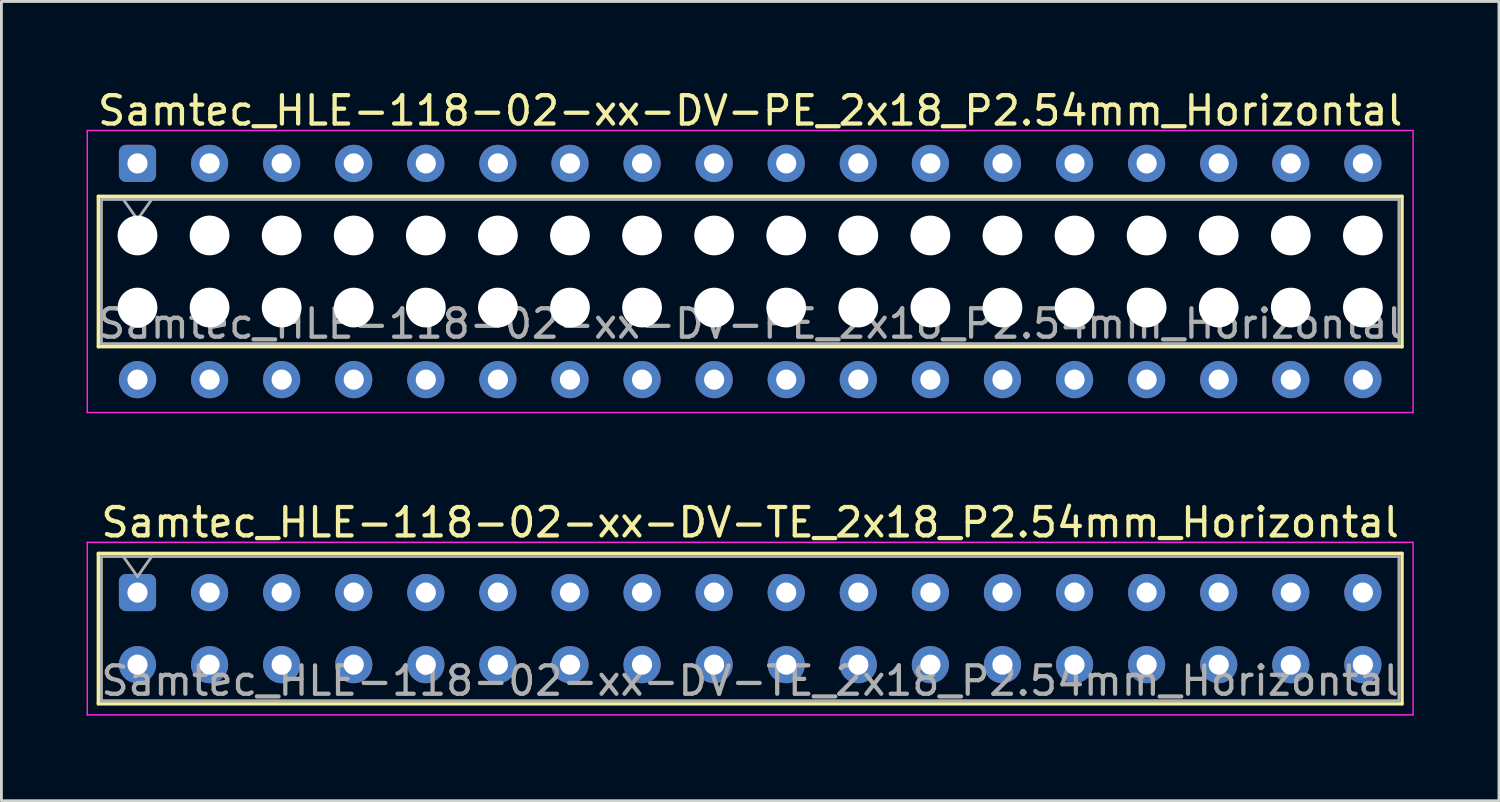
<source format=kicad_pcb>
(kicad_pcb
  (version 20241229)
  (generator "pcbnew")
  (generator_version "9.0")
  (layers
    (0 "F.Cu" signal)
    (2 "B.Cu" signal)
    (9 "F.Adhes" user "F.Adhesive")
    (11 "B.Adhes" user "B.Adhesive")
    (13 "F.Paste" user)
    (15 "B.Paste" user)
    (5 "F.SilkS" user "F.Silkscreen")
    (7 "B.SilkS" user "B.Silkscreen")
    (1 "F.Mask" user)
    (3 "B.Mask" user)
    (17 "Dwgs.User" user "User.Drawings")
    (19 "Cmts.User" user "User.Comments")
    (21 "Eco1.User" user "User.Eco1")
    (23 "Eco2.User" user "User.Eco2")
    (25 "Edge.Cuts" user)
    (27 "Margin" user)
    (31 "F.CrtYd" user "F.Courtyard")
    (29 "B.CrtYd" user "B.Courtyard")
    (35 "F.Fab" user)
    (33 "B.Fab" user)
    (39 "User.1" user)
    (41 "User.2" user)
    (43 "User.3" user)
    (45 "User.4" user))
  (footprint "Samtec_HLE-118-02-xx-DV-TE_2x18_P2.54mm_Horizontal"
    (layer "F.Cu")
    (at 1.795 17.831)
    (property "Reference" "Samtec_HLE-118-02-xx-DV-TE_2x18_P2.54mm_Horizontal" (at 21.59 -2.47 0) (layer "F.SilkS") (effects (font (size 1 1) (thickness 0.15))))
    (attr through_hole)
    (fp_line (start -1.38 -1.38) (end 44.56 -1.38) (stroke (width 0.12) (type solid)) (layer "F.SilkS"))
    (fp_line (start -1.38 3.92) (end -1.38 -1.38) (stroke (width 0.12) (type solid)) (layer "F.SilkS"))
    (fp_line (start 44.56 -1.38) (end 44.56 3.92) (stroke (width 0.12) (type solid)) (layer "F.SilkS"))
    (fp_line (start 44.56 3.92) (end -1.38 3.92) (stroke (width 0.12) (type solid)) (layer "F.SilkS"))
    (fp_line (start -1.77 -1.77) (end 44.95 -1.77) (stroke (width 0.05) (type solid)) (layer "F.CrtYd"))
    (fp_line (start -1.77 4.31) (end -1.77 -1.77) (stroke (width 0.05) (type solid)) (layer "F.CrtYd"))
    (fp_line (start 44.95 -1.77) (end 44.95 4.31) (stroke (width 0.05) (type solid)) (layer "F.CrtYd"))
    (fp_line (start 44.95 4.31) (end -1.77 4.31) (stroke (width 0.05) (type solid)) (layer "F.CrtYd"))
    (fp_line (start -1.27 -1.27) (end 44.45 -1.27) (stroke (width 0.1) (type solid)) (layer "F.Fab"))
    (fp_line (start -1.27 3.81) (end -1.27 -1.27) (stroke (width 0.1) (type solid)) (layer "F.Fab"))
    (fp_line (start -0.5 -1.27) (end 0 -0.563) (stroke (width 0.1) (type solid)) (layer "F.Fab"))
    (fp_line (start 0 -0.563) (end 0.5 -1.27) (stroke (width 0.1) (type solid)) (layer "F.Fab"))
    (fp_line (start 44.45 -1.27) (end 44.45 3.81) (stroke (width 0.1) (type solid)) (layer "F.Fab"))
    (fp_line (start 44.45 3.81) (end -1.27 3.81) (stroke (width 0.1) (type solid)) (layer "F.Fab"))
    (fp_text user "${REFERENCE}" (at 21.59 3.11 0) (layer "F.Fab") (effects (font (size 1 1) (thickness 0.15))))
    (pad "1" thru_hole roundrect (at 0 0) (size 1.31 1.31) (drill 0.71) (layers "*.Cu" "*.Mask") (roundrect_rratio 0.191))
    (pad "2" thru_hole circle (at 0 2.54) (size 1.31 1.31) (drill 0.71) (layers "*.Cu" "*.Mask"))
    (pad "3" thru_hole circle (at 2.54 0) (size 1.31 1.31) (drill 0.71) (layers "*.Cu" "*.Mask"))
    (pad "4" thru_hole circle (at 2.54 2.54) (size 1.31 1.31) (drill 0.71) (layers "*.Cu" "*.Mask"))
    (pad "5" thru_hole circle (at 5.08 0) (size 1.31 1.31) (drill 0.71) (layers "*.Cu" "*.Mask"))
    (pad "6" thru_hole circle (at 5.08 2.54) (size 1.31 1.31) (drill 0.71) (layers "*.Cu" "*.Mask"))
    (pad "7" thru_hole circle (at 7.62 0) (size 1.31 1.31) (drill 0.71) (layers "*.Cu" "*.Mask"))
    (pad "8" thru_hole circle (at 7.62 2.54) (size 1.31 1.31) (drill 0.71) (layers "*.Cu" "*.Mask"))
    (pad "9" thru_hole circle (at 10.16 0) (size 1.31 1.31) (drill 0.71) (layers "*.Cu" "*.Mask"))
    (pad "10" thru_hole circle (at 10.16 2.54) (size 1.31 1.31) (drill 0.71) (layers "*.Cu" "*.Mask"))
    (pad "11" thru_hole circle (at 12.7 0) (size 1.31 1.31) (drill 0.71) (layers "*.Cu" "*.Mask"))
    (pad "12" thru_hole circle (at 12.7 2.54) (size 1.31 1.31) (drill 0.71) (layers "*.Cu" "*.Mask"))
    (pad "13" thru_hole circle (at 15.24 0) (size 1.31 1.31) (drill 0.71) (layers "*.Cu" "*.Mask"))
    (pad "14" thru_hole circle (at 15.24 2.54) (size 1.31 1.31) (drill 0.71) (layers "*.Cu" "*.Mask"))
    (pad "15" thru_hole circle (at 17.78 0) (size 1.31 1.31) (drill 0.71) (layers "*.Cu" "*.Mask"))
    (pad "16" thru_hole circle (at 17.78 2.54) (size 1.31 1.31) (drill 0.71) (layers "*.Cu" "*.Mask"))
    (pad "17" thru_hole circle (at 20.32 0) (size 1.31 1.31) (drill 0.71) (layers "*.Cu" "*.Mask"))
    (pad "18" thru_hole circle (at 20.32 2.54) (size 1.31 1.31) (drill 0.71) (layers "*.Cu" "*.Mask"))
    (pad "19" thru_hole circle (at 22.86 0) (size 1.31 1.31) (drill 0.71) (layers "*.Cu" "*.Mask"))
    (pad "20" thru_hole circle (at 22.86 2.54) (size 1.31 1.31) (drill 0.71) (layers "*.Cu" "*.Mask"))
    (pad "21" thru_hole circle (at 25.4 0) (size 1.31 1.31) (drill 0.71) (layers "*.Cu" "*.Mask"))
    (pad "22" thru_hole circle (at 25.4 2.54) (size 1.31 1.31) (drill 0.71) (layers "*.Cu" "*.Mask"))
    (pad "23" thru_hole circle (at 27.94 0) (size 1.31 1.31) (drill 0.71) (layers "*.Cu" "*.Mask"))
    (pad "24" thru_hole circle (at 27.94 2.54) (size 1.31 1.31) (drill 0.71) (layers "*.Cu" "*.Mask"))
    (pad "25" thru_hole circle (at 30.48 0) (size 1.31 1.31) (drill 0.71) (layers "*.Cu" "*.Mask"))
    (pad "26" thru_hole circle (at 30.48 2.54) (size 1.31 1.31) (drill 0.71) (layers "*.Cu" "*.Mask"))
    (pad "27" thru_hole circle (at 33.02 0) (size 1.31 1.31) (drill 0.71) (layers "*.Cu" "*.Mask"))
    (pad "28" thru_hole circle (at 33.02 2.54) (size 1.31 1.31) (drill 0.71) (layers "*.Cu" "*.Mask"))
    (pad "29" thru_hole circle (at 35.56 0) (size 1.31 1.31) (drill 0.71) (layers "*.Cu" "*.Mask"))
    (pad "30" thru_hole circle (at 35.56 2.54) (size 1.31 1.31) (drill 0.71) (layers "*.Cu" "*.Mask"))
    (pad "31" thru_hole circle (at 38.1 0) (size 1.31 1.31) (drill 0.71) (layers "*.Cu" "*.Mask"))
    (pad "32" thru_hole circle (at 38.1 2.54) (size 1.31 1.31) (drill 0.71) (layers "*.Cu" "*.Mask"))
    (pad "33" thru_hole circle (at 40.64 0) (size 1.31 1.31) (drill 0.71) (layers "*.Cu" "*.Mask"))
    (pad "34" thru_hole circle (at 40.64 2.54) (size 1.31 1.31) (drill 0.71) (layers "*.Cu" "*.Mask"))
    (pad "35" thru_hole circle (at 43.18 0) (size 1.31 1.31) (drill 0.71) (layers "*.Cu" "*.Mask"))
    (pad "36" thru_hole circle (at 43.18 2.54) (size 1.31 1.31) (drill 0.71) (layers "*.Cu" "*.Mask")))
  (footprint "Samtec_HLE-118-02-xx-DV-PE_2x18_P2.54mm_Horizontal"
    (layer "F.Cu")
    (at 1.795 2.708)
    (property "Reference" "Samtec_HLE-118-02-xx-DV-PE_2x18_P2.54mm_Horizontal" (at 21.59 -1.86 0) (layer "F.SilkS") (effects (font (size 1 1) (thickness 0.15))))
    (attr through_hole)
    (fp_line (start -1.38 1.16) (end 44.56 1.16) (stroke (width 0.12) (type solid)) (layer "F.SilkS"))
    (fp_line (start -1.38 6.46) (end -1.38 1.16) (stroke (width 0.12) (type solid)) (layer "F.SilkS"))
    (fp_line (start 44.56 1.16) (end 44.56 6.46) (stroke (width 0.12) (type solid)) (layer "F.SilkS"))
    (fp_line (start 44.56 6.46) (end -1.38 6.46) (stroke (width 0.12) (type solid)) (layer "F.SilkS"))
    (fp_line (start -1.77 -1.16) (end 44.95 -1.16) (stroke (width 0.05) (type solid)) (layer "F.CrtYd"))
    (fp_line (start -1.77 8.78) (end -1.77 -1.16) (stroke (width 0.05) (type solid)) (layer "F.CrtYd"))
    (fp_line (start 44.95 -1.16) (end 44.95 8.78) (stroke (width 0.05) (type solid)) (layer "F.CrtYd"))
    (fp_line (start 44.95 8.78) (end -1.77 8.78) (stroke (width 0.05) (type solid)) (layer "F.CrtYd"))
    (fp_line (start -1.27 1.27) (end 44.45 1.27) (stroke (width 0.1) (type solid)) (layer "F.Fab"))
    (fp_line (start -1.27 6.35) (end -1.27 1.27) (stroke (width 0.1) (type solid)) (layer "F.Fab"))
    (fp_line (start -0.5 1.27) (end 0 1.977) (stroke (width 0.1) (type solid)) (layer "F.Fab"))
    (fp_line (start 0 1.977) (end 0.5 1.27) (stroke (width 0.1) (type solid)) (layer "F.Fab"))
    (fp_line (start 44.45 1.27) (end 44.45 6.35) (stroke (width 0.1) (type solid)) (layer "F.Fab"))
    (fp_line (start 44.45 6.35) (end -1.27 6.35) (stroke (width 0.1) (type solid)) (layer "F.Fab"))
    (fp_text user "${REFERENCE}" (at 21.59 5.65 0) (layer "F.Fab") (effects (font (size 1 1) (thickness 0.15))))
    (pad "" np_thru_hole circle (at 0 2.54) (size 1.4 1.4) (drill 1.4) (layers "*.Cu" "*.Mask"))
    (pad "" np_thru_hole circle (at 0 5.08) (size 1.4 1.4) (drill 1.4) (layers "*.Cu" "*.Mask"))
    (pad "" np_thru_hole circle (at 2.54 2.54) (size 1.4 1.4) (drill 1.4) (layers "*.Cu" "*.Mask"))
    (pad "" np_thru_hole circle (at 2.54 5.08) (size 1.4 1.4) (drill 1.4) (layers "*.Cu" "*.Mask"))
    (pad "" np_thru_hole circle (at 5.08 2.54) (size 1.4 1.4) (drill 1.4) (layers "*.Cu" "*.Mask"))
    (pad "" np_thru_hole circle (at 5.08 5.08) (size 1.4 1.4) (drill 1.4) (layers "*.Cu" "*.Mask"))
    (pad "" np_thru_hole circle (at 7.62 2.54) (size 1.4 1.4) (drill 1.4) (layers "*.Cu" "*.Mask"))
    (pad "" np_thru_hole circle (at 7.62 5.08) (size 1.4 1.4) (drill 1.4) (layers "*.Cu" "*.Mask"))
    (pad "" np_thru_hole circle (at 10.16 2.54) (size 1.4 1.4) (drill 1.4) (layers "*.Cu" "*.Mask"))
    (pad "" np_thru_hole circle (at 10.16 5.08) (size 1.4 1.4) (drill 1.4) (layers "*.Cu" "*.Mask"))
    (pad "" np_thru_hole circle (at 12.7 2.54) (size 1.4 1.4) (drill 1.4) (layers "*.Cu" "*.Mask"))
    (pad "" np_thru_hole circle (at 12.7 5.08) (size 1.4 1.4) (drill 1.4) (layers "*.Cu" "*.Mask"))
    (pad "" np_thru_hole circle (at 15.24 2.54) (size 1.4 1.4) (drill 1.4) (layers "*.Cu" "*.Mask"))
    (pad "" np_thru_hole circle (at 15.24 5.08) (size 1.4 1.4) (drill 1.4) (layers "*.Cu" "*.Mask"))
    (pad "" np_thru_hole circle (at 17.78 2.54) (size 1.4 1.4) (drill 1.4) (layers "*.Cu" "*.Mask"))
    (pad "" np_thru_hole circle (at 17.78 5.08) (size 1.4 1.4) (drill 1.4) (layers "*.Cu" "*.Mask"))
    (pad "" np_thru_hole circle (at 20.32 2.54) (size 1.4 1.4) (drill 1.4) (layers "*.Cu" "*.Mask"))
    (pad "" np_thru_hole circle (at 20.32 5.08) (size 1.4 1.4) (drill 1.4) (layers "*.Cu" "*.Mask"))
    (pad "" np_thru_hole circle (at 22.86 2.54) (size 1.4 1.4) (drill 1.4) (layers "*.Cu" "*.Mask"))
    (pad "" np_thru_hole circle (at 22.86 5.08) (size 1.4 1.4) (drill 1.4) (layers "*.Cu" "*.Mask"))
    (pad "" np_thru_hole circle (at 25.4 2.54) (size 1.4 1.4) (drill 1.4) (layers "*.Cu" "*.Mask"))
    (pad "" np_thru_hole circle (at 25.4 5.08) (size 1.4 1.4) (drill 1.4) (layers "*.Cu" "*.Mask"))
    (pad "" np_thru_hole circle (at 27.94 2.54) (size 1.4 1.4) (drill 1.4) (layers "*.Cu" "*.Mask"))
    (pad "" np_thru_hole circle (at 27.94 5.08) (size 1.4 1.4) (drill 1.4) (layers "*.Cu" "*.Mask"))
    (pad "" np_thru_hole circle (at 30.48 2.54) (size 1.4 1.4) (drill 1.4) (layers "*.Cu" "*.Mask"))
    (pad "" np_thru_hole circle (at 30.48 5.08) (size 1.4 1.4) (drill 1.4) (layers "*.Cu" "*.Mask"))
    (pad "" np_thru_hole circle (at 33.02 2.54) (size 1.4 1.4) (drill 1.4) (layers "*.Cu" "*.Mask"))
    (pad "" np_thru_hole circle (at 33.02 5.08) (size 1.4 1.4) (drill 1.4) (layers "*.Cu" "*.Mask"))
    (pad "" np_thru_hole circle (at 35.56 2.54) (size 1.4 1.4) (drill 1.4) (layers "*.Cu" "*.Mask"))
    (pad "" np_thru_hole circle (at 35.56 5.08) (size 1.4 1.4) (drill 1.4) (layers "*.Cu" "*.Mask"))
    (pad "" np_thru_hole circle (at 38.1 2.54) (size 1.4 1.4) (drill 1.4) (layers "*.Cu" "*.Mask"))
    (pad "" np_thru_hole circle (at 38.1 5.08) (size 1.4 1.4) (drill 1.4) (layers "*.Cu" "*.Mask"))
    (pad "" np_thru_hole circle (at 40.64 2.54) (size 1.4 1.4) (drill 1.4) (layers "*.Cu" "*.Mask"))
    (pad "" np_thru_hole circle (at 40.64 5.08) (size 1.4 1.4) (drill 1.4) (layers "*.Cu" "*.Mask"))
    (pad "" np_thru_hole circle (at 43.18 2.54) (size 1.4 1.4) (drill 1.4) (layers "*.Cu" "*.Mask"))
    (pad "" np_thru_hole circle (at 43.18 5.08) (size 1.4 1.4) (drill 1.4) (layers "*.Cu" "*.Mask"))
    (pad "1" thru_hole roundrect (at 0 0) (size 1.31 1.31) (drill 0.71) (layers "*.Cu" "*.Mask") (roundrect_rratio 0.191))
    (pad "2" thru_hole circle (at 0 7.62) (size 1.31 1.31) (drill 0.71) (layers "*.Cu" "*.Mask"))
    (pad "3" thru_hole circle (at 2.54 0) (size 1.31 1.31) (drill 0.71) (layers "*.Cu" "*.Mask"))
    (pad "4" thru_hole circle (at 2.54 7.62) (size 1.31 1.31) (drill 0.71) (layers "*.Cu" "*.Mask"))
    (pad "5" thru_hole circle (at 5.08 0) (size 1.31 1.31) (drill 0.71) (layers "*.Cu" "*.Mask"))
    (pad "6" thru_hole circle (at 5.08 7.62) (size 1.31 1.31) (drill 0.71) (layers "*.Cu" "*.Mask"))
    (pad "7" thru_hole circle (at 7.62 0) (size 1.31 1.31) (drill 0.71) (layers "*.Cu" "*.Mask"))
    (pad "8" thru_hole circle (at 7.62 7.62) (size 1.31 1.31) (drill 0.71) (layers "*.Cu" "*.Mask"))
    (pad "9" thru_hole circle (at 10.16 0) (size 1.31 1.31) (drill 0.71) (layers "*.Cu" "*.Mask"))
    (pad "10" thru_hole circle (at 10.16 7.62) (size 1.31 1.31) (drill 0.71) (layers "*.Cu" "*.Mask"))
    (pad "11" thru_hole circle (at 12.7 0) (size 1.31 1.31) (drill 0.71) (layers "*.Cu" "*.Mask"))
    (pad "12" thru_hole circle (at 12.7 7.62) (size 1.31 1.31) (drill 0.71) (layers "*.Cu" "*.Mask"))
    (pad "13" thru_hole circle (at 15.24 0) (size 1.31 1.31) (drill 0.71) (layers "*.Cu" "*.Mask"))
    (pad "14" thru_hole circle (at 15.24 7.62) (size 1.31 1.31) (drill 0.71) (layers "*.Cu" "*.Mask"))
    (pad "15" thru_hole circle (at 17.78 0) (size 1.31 1.31) (drill 0.71) (layers "*.Cu" "*.Mask"))
    (pad "16" thru_hole circle (at 17.78 7.62) (size 1.31 1.31) (drill 0.71) (layers "*.Cu" "*.Mask"))
    (pad "17" thru_hole circle (at 20.32 0) (size 1.31 1.31) (drill 0.71) (layers "*.Cu" "*.Mask"))
    (pad "18" thru_hole circle (at 20.32 7.62) (size 1.31 1.31) (drill 0.71) (layers "*.Cu" "*.Mask"))
    (pad "19" thru_hole circle (at 22.86 0) (size 1.31 1.31) (drill 0.71) (layers "*.Cu" "*.Mask"))
    (pad "20" thru_hole circle (at 22.86 7.62) (size 1.31 1.31) (drill 0.71) (layers "*.Cu" "*.Mask"))
    (pad "21" thru_hole circle (at 25.4 0) (size 1.31 1.31) (drill 0.71) (layers "*.Cu" "*.Mask"))
    (pad "22" thru_hole circle (at 25.4 7.62) (size 1.31 1.31) (drill 0.71) (layers "*.Cu" "*.Mask"))
    (pad "23" thru_hole circle (at 27.94 0) (size 1.31 1.31) (drill 0.71) (layers "*.Cu" "*.Mask"))
    (pad "24" thru_hole circle (at 27.94 7.62) (size 1.31 1.31) (drill 0.71) (layers "*.Cu" "*.Mask"))
    (pad "25" thru_hole circle (at 30.48 0) (size 1.31 1.31) (drill 0.71) (layers "*.Cu" "*.Mask"))
    (pad "26" thru_hole circle (at 30.48 7.62) (size 1.31 1.31) (drill 0.71) (layers "*.Cu" "*.Mask"))
    (pad "27" thru_hole circle (at 33.02 0) (size 1.31 1.31) (drill 0.71) (layers "*.Cu" "*.Mask"))
    (pad "28" thru_hole circle (at 33.02 7.62) (size 1.31 1.31) (drill 0.71) (layers "*.Cu" "*.Mask"))
    (pad "29" thru_hole circle (at 35.56 0) (size 1.31 1.31) (drill 0.71) (layers "*.Cu" "*.Mask"))
    (pad "30" thru_hole circle (at 35.56 7.62) (size 1.31 1.31) (drill 0.71) (layers "*.Cu" "*.Mask"))
    (pad "31" thru_hole circle (at 38.1 0) (size 1.31 1.31) (drill 0.71) (layers "*.Cu" "*.Mask"))
    (pad "32" thru_hole circle (at 38.1 7.62) (size 1.31 1.31) (drill 0.71) (layers "*.Cu" "*.Mask"))
    (pad "33" thru_hole circle (at 40.64 0) (size 1.31 1.31) (drill 0.71) (layers "*.Cu" "*.Mask"))
    (pad "34" thru_hole circle (at 40.64 7.62) (size 1.31 1.31) (drill 0.71) (layers "*.Cu" "*.Mask"))
    (pad "35" thru_hole circle (at 43.18 0) (size 1.31 1.31) (drill 0.71) (layers "*.Cu" "*.Mask"))
    (pad "36" thru_hole circle (at 43.18 7.62) (size 1.31 1.31) (drill 0.71) (layers "*.Cu" "*.Mask")))
  (gr_rect
    (start -3 -3)
    (end 49.77 25.166)
    (stroke (width 0.1) (type default))
    (fill no)
    (layer "Edge.Cuts")))
</source>
